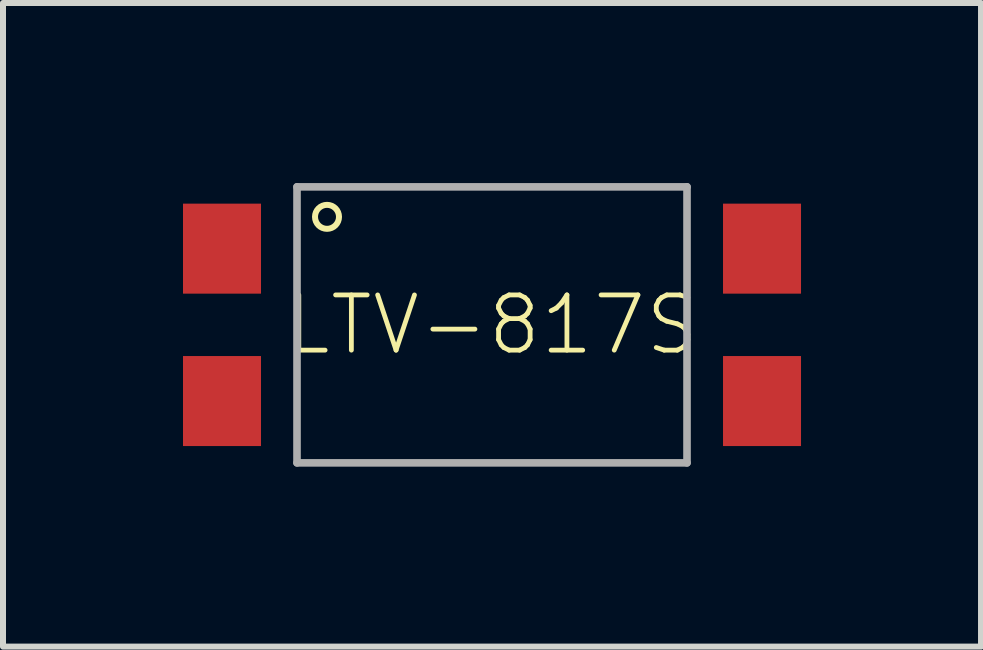
<source format=kicad_pcb>
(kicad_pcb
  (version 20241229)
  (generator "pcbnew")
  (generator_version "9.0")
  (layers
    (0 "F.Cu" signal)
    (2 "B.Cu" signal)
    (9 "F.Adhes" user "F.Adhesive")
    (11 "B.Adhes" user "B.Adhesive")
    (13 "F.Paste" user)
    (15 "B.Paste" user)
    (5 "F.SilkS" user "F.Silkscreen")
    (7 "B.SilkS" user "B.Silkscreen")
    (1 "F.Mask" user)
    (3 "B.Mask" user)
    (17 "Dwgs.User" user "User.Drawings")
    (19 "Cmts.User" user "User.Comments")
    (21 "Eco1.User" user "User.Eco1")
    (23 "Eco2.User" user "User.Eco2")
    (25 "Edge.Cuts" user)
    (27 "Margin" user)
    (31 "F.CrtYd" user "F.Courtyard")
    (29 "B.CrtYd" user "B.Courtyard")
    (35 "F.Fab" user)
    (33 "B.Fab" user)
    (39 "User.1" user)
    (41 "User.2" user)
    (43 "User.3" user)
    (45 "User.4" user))
  (footprint "LTV-817S"
    (layer "F.Cu")
    (at 5.15 2.364)
    (property "Reference" "LTV-817S" (at 0 0 0) (unlocked yes) (layer "F.SilkS") (effects (font (size 0.92 0.92) (thickness 0.08))))
    (fp_circle (center -2.75 -1.8) (end -2.55 -1.8) (stroke (width 0.1) (type solid)) (fill no) (layer "F.SilkS"))
    (fp_line (start -3.25 -2.3) (end 3.25 -2.3) (stroke (width 0.127) (type solid)) (layer "F.Fab"))
    (fp_line (start -3.25 2.3) (end -3.25 -2.3) (stroke (width 0.127) (type solid)) (layer "F.Fab"))
    (fp_line (start 3.25 -2.3) (end 3.25 2.3) (stroke (width 0.127) (type solid)) (layer "F.Fab"))
    (fp_line (start 3.25 2.3) (end -3.25 2.3) (stroke (width 0.127) (type solid)) (layer "F.Fab"))
    (pad "P$1" smd rect (at -4.5 -1.27) (size 1.3 1.5) (layers "F.Cu" "F.Mask" "F.Paste"))
    (pad "P$2" smd rect (at -4.5 1.27) (size 1.3 1.5) (layers "F.Cu" "F.Mask" "F.Paste"))
    (pad "P$3" smd rect (at 4.5 -1.27) (size 1.3 1.5) (layers "F.Cu" "F.Mask" "F.Paste"))
    (pad "P$4" smd rect (at 4.5 1.27) (size 1.3 1.5) (layers "F.Cu" "F.Mask" "F.Paste")))
  (gr_rect
    (start -3 -3)
    (end 13.3 7.727)
    (stroke (width 0.1) (type default))
    (fill no)
    (layer "Edge.Cuts")))
</source>
